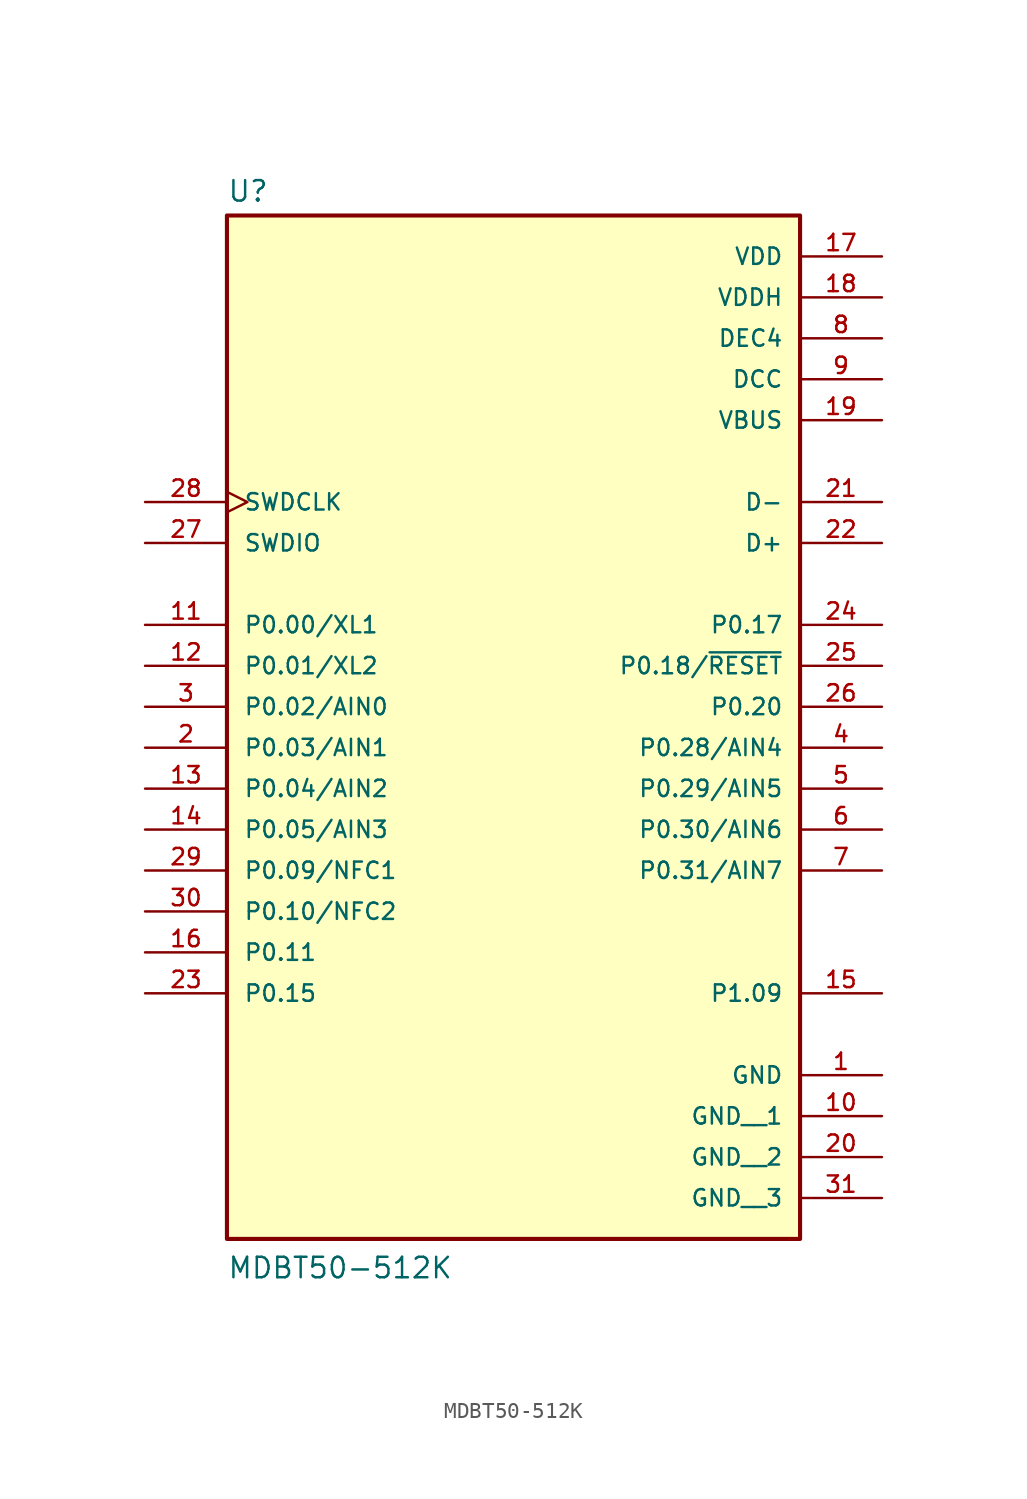
<source format=kicad_sym>
(kicad_symbol_lib
  (version 20211014)
  (generator kicad_symbol_editor)
  (symbol "MDBT50-512K"
    (pin_names
      (offset 1.016))
    (property "Reference" "U"
      (at -17.78 28.702 0)
      (effects (font (size 1.27 1.27)) (justify bottom left)))
    (property "Value" "MDBT50-512K"
      (at -17.78 -38.1 0)
      (effects (font (size 1.27 1.27)) (justify bottom left)))
    (symbol "MDBT50-512K_0_0"
      (rectangle (start -17.78 -35.56) (end 17.78 27.94) (stroke (width 0.254)) (fill (type background)))
      (pin power_in line (at 22.86 -25.4 180.0) (length 5.08) (name "GND" (effects (font (size 1.016 1.016)))) (number "1" (effects (font (size 1.016 1.016)))))
      (pin bidirectional line (at 22.86 -5.08 180.0) (length 5.08) (name "P0.28/AIN4" (effects (font (size 1.016 1.016)))) (number "4" (effects (font (size 1.016 1.016)))))
      (pin bidirectional line (at 22.86 -7.62 180.0) (length 5.08) (name "P0.29/AIN5" (effects (font (size 1.016 1.016)))) (number "5" (effects (font (size 1.016 1.016)))))
      (pin bidirectional line (at 22.86 -10.16 180.0) (length 5.08) (name "P0.30/AIN6" (effects (font (size 1.016 1.016)))) (number "6" (effects (font (size 1.016 1.016)))))
      (pin bidirectional line (at 22.86 -12.7 180.0) (length 5.08) (name "P0.31/AIN7" (effects (font (size 1.016 1.016)))) (number "7" (effects (font (size 1.016 1.016)))))
      (pin power_in line (at 22.86 20.32 180.0) (length 5.08) (name "DEC4" (effects (font (size 1.016 1.016)))) (number "8" (effects (font (size 1.016 1.016)))))
      (pin power_in line (at 22.86 17.78 180.0) (length 5.08) (name "DCC" (effects (font (size 1.016 1.016)))) (number "9" (effects (font (size 1.016 1.016)))))
      (pin power_in line (at 22.86 25.4 180.0) (length 5.08) (name "VDD" (effects (font (size 1.016 1.016)))) (number "17" (effects (font (size 1.016 1.016)))))
      (pin bidirectional line (at -22.86 2.54 0) (length 5.08) (name "P0.00/XL1" (effects (font (size 1.016 1.016)))) (number "11" (effects (font (size 1.016 1.016)))))
      (pin bidirectional line (at -22.86 0.0 0) (length 5.08) (name "P0.01/XL2" (effects (font (size 1.016 1.016)))) (number "12" (effects (font (size 1.016 1.016)))))
      (pin bidirectional line (at -22.86 -2.54 0) (length 5.08) (name "P0.02/AIN0" (effects (font (size 1.016 1.016)))) (number "3" (effects (font (size 1.016 1.016)))))
      (pin bidirectional line (at -22.86 -5.08 0) (length 5.08) (name "P0.03/AIN1" (effects (font (size 1.016 1.016)))) (number "2" (effects (font (size 1.016 1.016)))))
      (pin bidirectional line (at -22.86 -7.62 0) (length 5.08) (name "P0.04/AIN2" (effects (font (size 1.016 1.016)))) (number "13" (effects (font (size 1.016 1.016)))))
      (pin bidirectional line (at -22.86 -10.16 0) (length 5.08) (name "P0.05/AIN3" (effects (font (size 1.016 1.016)))) (number "14" (effects (font (size 1.016 1.016)))))
      (pin bidirectional line (at -22.86 -12.7 0) (length 5.08) (name "P0.09/NFC1" (effects (font (size 1.016 1.016)))) (number "29" (effects (font (size 1.016 1.016)))))
      (pin bidirectional line (at -22.86 -15.24 0) (length 5.08) (name "P0.10/NFC2" (effects (font (size 1.016 1.016)))) (number "30" (effects (font (size 1.016 1.016)))))
      (pin bidirectional line (at -22.86 -17.78 0) (length 5.08) (name "P0.11" (effects (font (size 1.016 1.016)))) (number "16" (effects (font (size 1.016 1.016)))))
      (pin bidirectional line (at -22.86 -20.32 0) (length 5.08) (name "P0.15" (effects (font (size 1.016 1.016)))) (number "23" (effects (font (size 1.016 1.016)))))
      (pin bidirectional line (at 22.86 2.54 180.0) (length 5.08) (name "P0.17" (effects (font (size 1.016 1.016)))) (number "24" (effects (font (size 1.016 1.016)))))
      (pin bidirectional line (at 22.86 0.0 180.0) (length 5.08) (name "P0.18/~{RESET}" (effects (font (size 1.016 1.016)))) (number "25" (effects (font (size 1.016 1.016)))))
      (pin bidirectional line (at 22.86 -2.54 180.0) (length 5.08) (name "P0.20" (effects (font (size 1.016 1.016)))) (number "26" (effects (font (size 1.016 1.016)))))
      (pin input clock (at -22.86 10.16 0) (length 5.08) (name "SWDCLK" (effects (font (size 1.016 1.016)))) (number "28" (effects (font (size 1.016 1.016)))))
      (pin bidirectional line (at -22.86 7.62 0) (length 5.08) (name "SWDIO" (effects (font (size 1.016 1.016)))) (number "27" (effects (font (size 1.016 1.016)))))
      (pin bidirectional line (at 22.86 -20.32 180.0) (length 5.08) (name "P1.09" (effects (font (size 1.016 1.016)))) (number "15" (effects (font (size 1.016 1.016)))))
      (pin power_in line (at 22.86 22.86 180.0) (length 5.08) (name "VDDH" (effects (font (size 1.016 1.016)))) (number "18" (effects (font (size 1.016 1.016)))))
      (pin power_in line (at 22.86 15.24 180.0) (length 5.08) (name "VBUS" (effects (font (size 1.016 1.016)))) (number "19" (effects (font (size 1.016 1.016)))))
      (pin bidirectional line (at 22.86 10.16 180.0) (length 5.08) (name "D-" (effects (font (size 1.016 1.016)))) (number "21" (effects (font (size 1.016 1.016)))))
      (pin bidirectional line (at 22.86 7.62 180.0) (length 5.08) (name "D+" (effects (font (size 1.016 1.016)))) (number "22" (effects (font (size 1.016 1.016)))))
      (pin power_in line (at 22.86 -27.94 180.0) (length 5.08) (name "GND__1" (effects (font (size 1.016 1.016)))) (number "10" (effects (font (size 1.016 1.016)))))
      (pin power_in line (at 22.86 -30.48 180.0) (length 5.08) (name "GND__2" (effects (font (size 1.016 1.016)))) (number "20" (effects (font (size 1.016 1.016)))))
      (pin power_in line (at 22.86 -33.02 180.0) (length 5.08) (name "GND__3" (effects (font (size 1.016 1.016)))) (number "31" (effects (font (size 1.016 1.016))))))))
</source>
